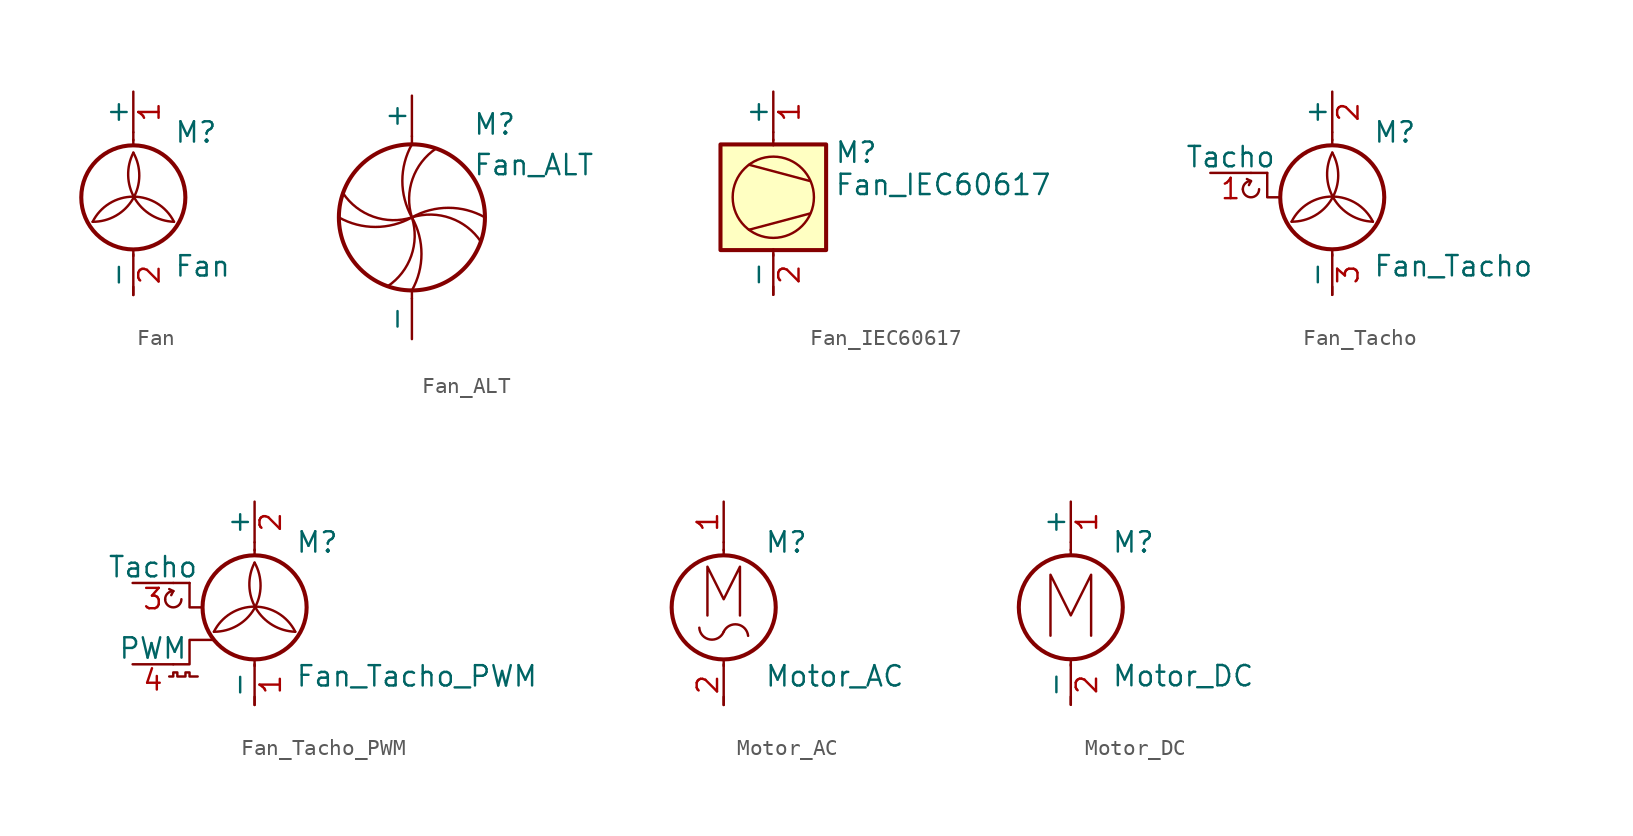
<source format=kicad_sym>
(kicad_symbol_lib
  (version 20201005)
  (generator kicad_symbol_editor)
  (symbol "Motor:Fan"
    (pin_names
      (offset 0))
    (property "Reference" "M"
      (at 2.54 5.08 0)
      (effects (font (size 1.27 1.27)) (justify left)))
    (property "Value" "Fan"
      (at 2.54 -2.54 0)
      (effects (font (size 1.27 1.27)) (justify left top)))
    (symbol "Fan_0_1"
      (arc (start 0 3.81) (end -2.54 -0.508) (radius (at -2.4892 2.3876) (length 2.8702) (angles 29.7 -91)) (stroke (width 0)) (fill (type none)))
      (arc (start -2.54 -0.508) (end 2.54 -0.508) (radius (at 0 -1.778) (length 2.8448) (angles 153.4 26.6)) (stroke (width 0)) (fill (type none)))
      (arc (start 2.54 -0.508) (end 0 3.81) (radius (at 2.6162 2.413) (length 2.921) (angles -91.5 151.9)) (stroke (width 0)) (fill (type none)))
      (circle (center 0 1.016) (radius 3.251) (stroke (width 0.254)) (fill (type none)))
      (polyline (pts (xy 0 -5.08) (xy 0 -4.572)) (stroke (width 0)) (fill (type none)))
      (polyline (pts (xy 0 -2.235) (xy 0 -2.642)) (stroke (width 0)) (fill (type none)))
      (polyline (pts (xy 0 4.267) (xy 0 4.623)) (stroke (width 0)) (fill (type none)))
      (polyline (pts (xy 0 4.572) (xy 0 5.08)) (stroke (width 0)) (fill (type none))))
    (symbol "Fan_1_1"
      (pin passive line (at 0 7.62 270) (length 2.54) (name "+" (effects (font (size 1.27 1.27)))) (number "1" (effects (font (size 1.27 1.27)))))
      (pin passive line (at 0 -5.08 90) (length 2.54) (name "-" (effects (font (size 1.27 1.27)))) (number "2" (effects (font (size 1.27 1.27)))))))
  (symbol "Motor:Fan_ALT"
    (pin_numbers hide)
    (pin_names
      (offset 0))
    (property "Reference" "M"
      (at 3.81 5.08 0)
      (effects (font (size 1.27 1.27)) (justify left bottom)))
    (property "Value" "Fan_ALT"
      (at 3.81 2.54 0)
      (effects (font (size 1.27 1.27)) (justify left bottom)))
    (symbol "Fan_ALT_0_1"
      (arc (start 0 0) (end 0 -4.572) (radius (at -4.064 -2.286) (length 4.6736) (angles 29.4 -29.4)) (stroke (width 0)) (fill (type none)))
      (arc (start 0 0) (end -1.524 -4.318) (radius (at -3.6068 -1.143) (length 3.7846) (angles 17.6 -56.8)) (stroke (width 0)) (fill (type none)))
      (arc (start 0 0) (end -4.572 0) (radius (at -2.286 4.064) (length 4.6736) (angles -60.6 -119.4)) (stroke (width 0)) (fill (type none)))
      (arc (start 0 0) (end -4.318 1.524) (radius (at -1.143 3.6068) (length 3.7846) (angles -72.4 -146.8)) (stroke (width 0)) (fill (type none)))
      (arc (start 0 0) (end 4.318 -1.524) (radius (at 1.143 -3.6068) (length 3.7846) (angles 107.6 33.2)) (stroke (width 0)) (fill (type none)))
      (arc (start 0 0) (end 4.572 0) (radius (at 2.286 -4.064) (length 4.6736) (angles 119.4 60.6)) (stroke (width 0)) (fill (type none)))
      (arc (start 0 0) (end 1.524 4.318) (radius (at 3.6068 1.143) (length 3.7846) (angles -162.4 123.2)) (stroke (width 0)) (fill (type none)))
      (arc (start 0 0) (end 0 4.572) (radius (at 4.064 2.286) (length 4.6736) (angles -150.6 150.6)) (stroke (width 0)) (fill (type none)))
      (circle (center 0 0) (radius 4.572) (stroke (width 0.254)) (fill (type none)))
      (polyline (pts (xy 0 -5.08) (xy 0 -4.572)) (stroke (width 0)) (fill (type none)))
      (polyline (pts (xy 0 4.572) (xy 0 5.08)) (stroke (width 0)) (fill (type none))))
    (symbol "Fan_ALT_1_1"
      (pin passive line (at 0 7.62 270) (length 2.54) (name "+" (effects (font (size 1.27 1.27)))) (number "1" (effects (font (size 1.27 1.27)))))
      (pin passive line (at 0 -7.62 90) (length 2.54) (name "-" (effects (font (size 1.27 1.27)))) (number "2" (effects (font (size 1.27 1.27)))))))
  (symbol "Motor:Fan_IEC60617"
    (pin_names
      (offset 0))
    (property "Reference" "M"
      (at 3.81 3.81 0)
      (effects (font (size 1.27 1.27)) (justify left)))
    (property "Value" "Fan_IEC60617"
      (at 3.81 2.54 0)
      (effects (font (size 1.27 1.27)) (justify left top)))
    (symbol "Fan_IEC60617_0_1"
      (circle (center 0 1.016) (radius 2.54) (stroke (width 0)) (fill (type none)))
      (rectangle (start -3.302 4.318) (end 3.302 -2.286) (stroke (width 0.254)) (fill (type background)))
      (polyline (pts (xy -1.524 -1.016) (xy 2.286 0)) (stroke (width 0)) (fill (type none)))
      (polyline (pts (xy -1.524 3.048) (xy 2.286 2.032)) (stroke (width 0)) (fill (type none)))
      (polyline (pts (xy 0 -5.08) (xy 0 -4.572)) (stroke (width 0)) (fill (type none)))
      (polyline (pts (xy 0 -2.235) (xy 0 -2.642)) (stroke (width 0)) (fill (type none)))
      (polyline (pts (xy 0 4.267) (xy 0 4.623)) (stroke (width 0)) (fill (type none)))
      (polyline (pts (xy 0 4.572) (xy 0 5.08)) (stroke (width 0)) (fill (type none))))
    (symbol "Fan_IEC60617_1_1"
      (pin passive line (at 0 7.62 270) (length 2.54) (name "+" (effects (font (size 1.27 1.27)))) (number "1" (effects (font (size 1.27 1.27)))))
      (pin passive line (at 0 -5.08 90) (length 2.54) (name "-" (effects (font (size 1.27 1.27)))) (number "2" (effects (font (size 1.27 1.27)))))))
  (symbol "Motor:Fan_Tacho"
    (pin_names
      (offset 0))
    (property "Reference" "M"
      (at 2.54 2.54 0)
      (effects (font (size 1.27 1.27)) (justify left)))
    (property "Value" "Fan_Tacho"
      (at 2.54 -5.08 0)
      (effects (font (size 1.27 1.27)) (justify left top)))
    (symbol "Fan_Tacho_0_0"
      (arc (start -5.588 -1.016) (end -5.08 -0.508) (radius (at -5.08 -1.016) (length 0.508) (angles 180 90)) (stroke (width 0)) (fill (type none)))
      (arc (start -5.588 -1.016) (end -4.572 -1.016) (radius (at -5.08 -1.016) (length 0.508) (angles -179.9 -0.1)) (stroke (width 0)) (fill (type none)))
      (polyline (pts (xy -5.08 -0.508) (xy -5.334 -0.381)) (stroke (width 0)) (fill (type none)))
      (polyline (pts (xy -5.08 -0.508) (xy -5.207 -0.762)) (stroke (width 0)) (fill (type none)))
      (polyline (pts (xy -4.064 0) (xy -4.064 -1.524) (xy -3.302 -1.524)) (stroke (width 0)) (fill (type none))))
    (symbol "Fan_Tacho_0_1"
      (arc (start 0 1.27) (end -2.54 -3.048) (radius (at -2.4892 -0.1524) (length 2.8702) (angles 29.7 -91)) (stroke (width 0)) (fill (type none)))
      (arc (start -2.54 -3.048) (end 2.54 -3.048) (radius (at 0 -4.318) (length 2.8448) (angles 153.4 26.6)) (stroke (width 0)) (fill (type none)))
      (arc (start 2.54 -3.048) (end 0 1.27) (radius (at 2.6162 -0.127) (length 2.921) (angles -91.5 151.9)) (stroke (width 0)) (fill (type none)))
      (circle (center 0 -1.524) (radius 3.251) (stroke (width 0.254)) (fill (type none)))
      (polyline (pts (xy -4.064 0) (xy -5.08 0)) (stroke (width 0)) (fill (type none)))
      (polyline (pts (xy 0 -7.62) (xy 0 -7.112)) (stroke (width 0)) (fill (type none)))
      (polyline (pts (xy 0 -4.775) (xy 0 -5.182)) (stroke (width 0)) (fill (type none)))
      (polyline (pts (xy 0 1.727) (xy 0 2.083)) (stroke (width 0)) (fill (type none)))
      (polyline (pts (xy 0 2.032) (xy 0 2.54)) (stroke (width 0)) (fill (type none))))
    (symbol "Fan_Tacho_1_1"
      (pin passive line (at -7.62 0 0) (length 2.54) (name "Tacho" (effects (font (size 1.27 1.27)))) (number "1" (effects (font (size 1.27 1.27)))))
      (pin passive line (at 0 5.08 270) (length 2.54) (name "+" (effects (font (size 1.27 1.27)))) (number "2" (effects (font (size 1.27 1.27)))))
      (pin passive line (at 0 -7.62 90) (length 2.54) (name "-" (effects (font (size 1.27 1.27)))) (number "3" (effects (font (size 1.27 1.27)))))))
  (symbol "Motor:Fan_Tacho_PWM"
    (pin_names
      (offset 0))
    (property "Reference" "M"
      (at 2.54 5.08 0)
      (effects (font (size 1.27 1.27)) (justify left)))
    (property "Value" "Fan_Tacho_PWM"
      (at 2.54 -2.54 0)
      (effects (font (size 1.27 1.27)) (justify left top)))
    (symbol "Fan_Tacho_PWM_0_0"
      (arc (start -5.588 1.524) (end -5.08 2.032) (radius (at -5.08 1.524) (length 0.508) (angles 180 90)) (stroke (width 0)) (fill (type none)))
      (arc (start -5.588 1.524) (end -4.572 1.524) (radius (at -5.08 1.524) (length 0.508) (angles -179.9 -0.1)) (stroke (width 0)) (fill (type none)))
      (polyline (pts (xy -5.08 2.032) (xy -5.334 2.159)) (stroke (width 0)) (fill (type none)))
      (polyline (pts (xy -5.08 2.032) (xy -5.207 1.778)) (stroke (width 0)) (fill (type none)))
      (polyline (pts (xy -4.064 2.54) (xy -4.064 1.016) (xy -3.302 1.016)) (stroke (width 0)) (fill (type none))))
    (symbol "Fan_Tacho_PWM_0_1"
      (arc (start 0 3.81) (end -2.54 -0.508) (radius (at -2.4892 2.3876) (length 2.8702) (angles 29.7 -91)) (stroke (width 0)) (fill (type none)))
      (arc (start -2.54 -0.508) (end 2.54 -0.508) (radius (at 0 -1.778) (length 2.8448) (angles 153.4 26.6)) (stroke (width 0)) (fill (type none)))
      (arc (start 2.54 -0.508) (end 0 3.81) (radius (at 2.6162 2.413) (length 2.921) (angles -91.5 151.9)) (stroke (width 0)) (fill (type none)))
      (circle (center 0 1.016) (radius 3.251) (stroke (width 0.254)) (fill (type none)))
      (polyline (pts (xy -4.064 2.54) (xy -5.08 2.54)) (stroke (width 0)) (fill (type none)))
      (polyline (pts (xy 0 -5.08) (xy 0 -4.572)) (stroke (width 0)) (fill (type none)))
      (polyline (pts (xy 0 -2.235) (xy 0 -2.642)) (stroke (width 0)) (fill (type none)))
      (polyline (pts (xy 0 4.267) (xy 0 4.623)) (stroke (width 0)) (fill (type none)))
      (polyline (pts (xy 0 4.572) (xy 0 5.08)) (stroke (width 0)) (fill (type none)))
      (polyline (pts (xy -2.54 -1.016) (xy -4.064 -1.016) (xy -4.064 -2.54) (xy -5.08 -2.54)) (stroke (width 0)) (fill (type none)))
      (polyline (pts (xy -5.334 -3.302) (xy -5.08 -3.302) (xy -5.08 -3.048) (xy -4.826 -3.048) (xy -4.826 -3.302) (xy -4.318 -3.302) (xy -4.318 -3.048) (xy -4.064 -3.048) (xy -4.064 -3.302) (xy -3.556 -3.302)) (stroke (width 0)) (fill (type none))))
    (symbol "Fan_Tacho_PWM_1_1"
      (pin passive line (at 0 -5.08 90) (length 2.54) (name "-" (effects (font (size 1.27 1.27)))) (number "1" (effects (font (size 1.27 1.27)))))
      (pin passive line (at 0 7.62 270) (length 2.54) (name "+" (effects (font (size 1.27 1.27)))) (number "2" (effects (font (size 1.27 1.27)))))
      (pin passive line (at -7.62 2.54 0) (length 2.54) (name "Tacho" (effects (font (size 1.27 1.27)))) (number "3" (effects (font (size 1.27 1.27)))))
      (pin input line (at -7.62 -2.54 0) (length 2.54) (name "PWM" (effects (font (size 1.27 1.27)))) (number "4" (effects (font (size 1.27 1.27)))))))
  (symbol "Motor:Motor_AC"
    (pin_names
      (offset 0))
    (property "Reference" "M"
      (at 2.54 2.54 0)
      (effects (font (size 1.27 1.27)) (justify left)))
    (property "Value" "Motor_AC"
      (at 2.54 -5.08 0)
      (effects (font (size 1.27 1.27)) (justify left top)))
    (symbol "Motor_AC_0_0"
      (arc (start -1.524 -2.794) (end 0 -3.048) (radius (at -0.7366 -2.7432) (length 0.7874) (angles -176.3 -22.5)) (stroke (width 0)) (fill (type none)))
      (arc (start 0 -3.048) (end 1.524 -3.302) (radius (at 0.7112 -3.3528) (length 0.762) (angles 156.8 3.6)) (stroke (width 0)) (fill (type none)))
      (polyline (pts (xy -1.016 -2.032) (xy -1.016 1.016) (xy 0 -1.016) (xy 1.016 1.016) (xy 1.016 -2.032)) (stroke (width 0)) (fill (type none))))
    (symbol "Motor_AC_0_1"
      (circle (center 0 -1.524) (radius 3.251) (stroke (width 0.254)) (fill (type none)))
      (polyline (pts (xy 0 -7.62) (xy 0 -7.112)) (stroke (width 0)) (fill (type none)))
      (polyline (pts (xy 0 -4.775) (xy 0 -5.182)) (stroke (width 0)) (fill (type none)))
      (polyline (pts (xy 0 1.727) (xy 0 2.083)) (stroke (width 0)) (fill (type none)))
      (polyline (pts (xy 0 2.032) (xy 0 2.54)) (stroke (width 0)) (fill (type none))))
    (symbol "Motor_AC_1_1"
      (pin passive line (at 0 5.08 270) (length 2.54) (name "~" (effects (font (size 1.27 1.27)))) (number "1" (effects (font (size 1.27 1.27)))))
      (pin passive line (at 0 -7.62 90) (length 2.54) (name "~" (effects (font (size 1.27 1.27)))) (number "2" (effects (font (size 1.27 1.27)))))))
  (symbol "Motor:Motor_DC"
    (pin_names
      (offset 0))
    (property "Reference" "M"
      (at 2.54 2.54 0)
      (effects (font (size 1.27 1.27)) (justify left)))
    (property "Value" "Motor_DC"
      (at 2.54 -5.08 0)
      (effects (font (size 1.27 1.27)) (justify left top)))
    (symbol "Motor_DC_0_0"
      (polyline (pts (xy -1.27 -3.302) (xy -1.27 0.508) (xy 0 -2.032) (xy 1.27 0.508) (xy 1.27 -3.302)) (stroke (width 0)) (fill (type none))))
    (symbol "Motor_DC_0_1"
      (circle (center 0 -1.524) (radius 3.251) (stroke (width 0.254)) (fill (type none)))
      (polyline (pts (xy 0 -7.62) (xy 0 -7.112)) (stroke (width 0)) (fill (type none)))
      (polyline (pts (xy 0 -4.775) (xy 0 -5.182)) (stroke (width 0)) (fill (type none)))
      (polyline (pts (xy 0 1.727) (xy 0 2.083)) (stroke (width 0)) (fill (type none)))
      (polyline (pts (xy 0 2.032) (xy 0 2.54)) (stroke (width 0)) (fill (type none))))
    (symbol "Motor_DC_1_1"
      (pin passive line (at 0 5.08 270) (length 2.54) (name "+" (effects (font (size 1.27 1.27)))) (number "1" (effects (font (size 1.27 1.27)))))
      (pin passive line (at 0 -7.62 90) (length 2.54) (name "-" (effects (font (size 1.27 1.27)))) (number "2" (effects (font (size 1.27 1.27))))))))
</source>
